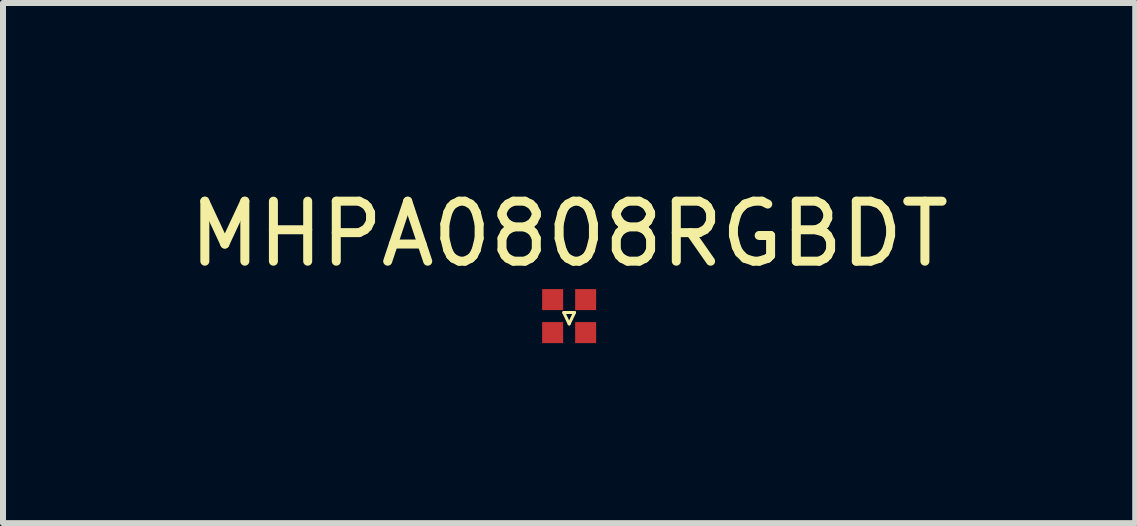
<source format=kicad_pcb>
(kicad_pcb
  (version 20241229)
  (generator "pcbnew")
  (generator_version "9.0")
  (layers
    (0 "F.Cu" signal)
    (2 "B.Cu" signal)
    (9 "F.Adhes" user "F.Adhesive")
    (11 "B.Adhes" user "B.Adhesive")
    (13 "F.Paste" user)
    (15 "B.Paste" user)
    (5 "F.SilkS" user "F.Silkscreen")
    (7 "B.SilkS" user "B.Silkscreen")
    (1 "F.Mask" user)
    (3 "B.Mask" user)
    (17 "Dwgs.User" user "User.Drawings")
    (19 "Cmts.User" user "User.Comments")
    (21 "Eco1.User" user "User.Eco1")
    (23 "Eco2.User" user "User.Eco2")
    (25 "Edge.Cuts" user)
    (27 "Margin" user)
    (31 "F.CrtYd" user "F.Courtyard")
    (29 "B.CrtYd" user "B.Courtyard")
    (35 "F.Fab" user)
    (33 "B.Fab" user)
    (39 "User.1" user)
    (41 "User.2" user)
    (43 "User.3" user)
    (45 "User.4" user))
  (footprint "MHPA0808RGBDT"
    (layer "F.Cu")
    (at 6.435 2.218)
    (property "Reference" "MHPA0808RGBDT" (at 0 -1.37 0) (layer "F.SilkS") (effects (font (size 1 1) (thickness 0.15))))
    (attr smd)
    (fp_line (start -0.09 -0.06) (end 0.09 -0.06) (stroke (width 0.05) (type solid)) (layer "F.SilkS"))
    (fp_line (start 0 0.13) (end -0.09 -0.06) (stroke (width 0.05) (type solid)) (layer "F.SilkS"))
    (fp_line (start 0.09 -0.06) (end 0 0.13) (stroke (width 0.05) (type solid)) (layer "F.SilkS"))
    (pad "1" smd rect (at 0.275 -0.275 180) (size 0.35 0.35) (layers "F.Cu" "F.Mask" "F.Paste"))
    (pad "2" smd rect (at 0.275 0.275 180) (size 0.35 0.35) (layers "F.Cu" "F.Mask" "F.Paste"))
    (pad "3" smd rect (at -0.275 0.275) (size 0.35 0.35) (layers "F.Cu" "F.Mask" "F.Paste"))
    (pad "4" smd rect (at -0.275 -0.275) (size 0.35 0.35) (layers "F.Cu" "F.Mask" "F.Paste")))
  (gr_rect
    (start -3 -3)
    (end 15.869 5.668)
    (stroke (width 0.1) (type default))
    (fill no)
    (layer "Edge.Cuts")))
</source>
